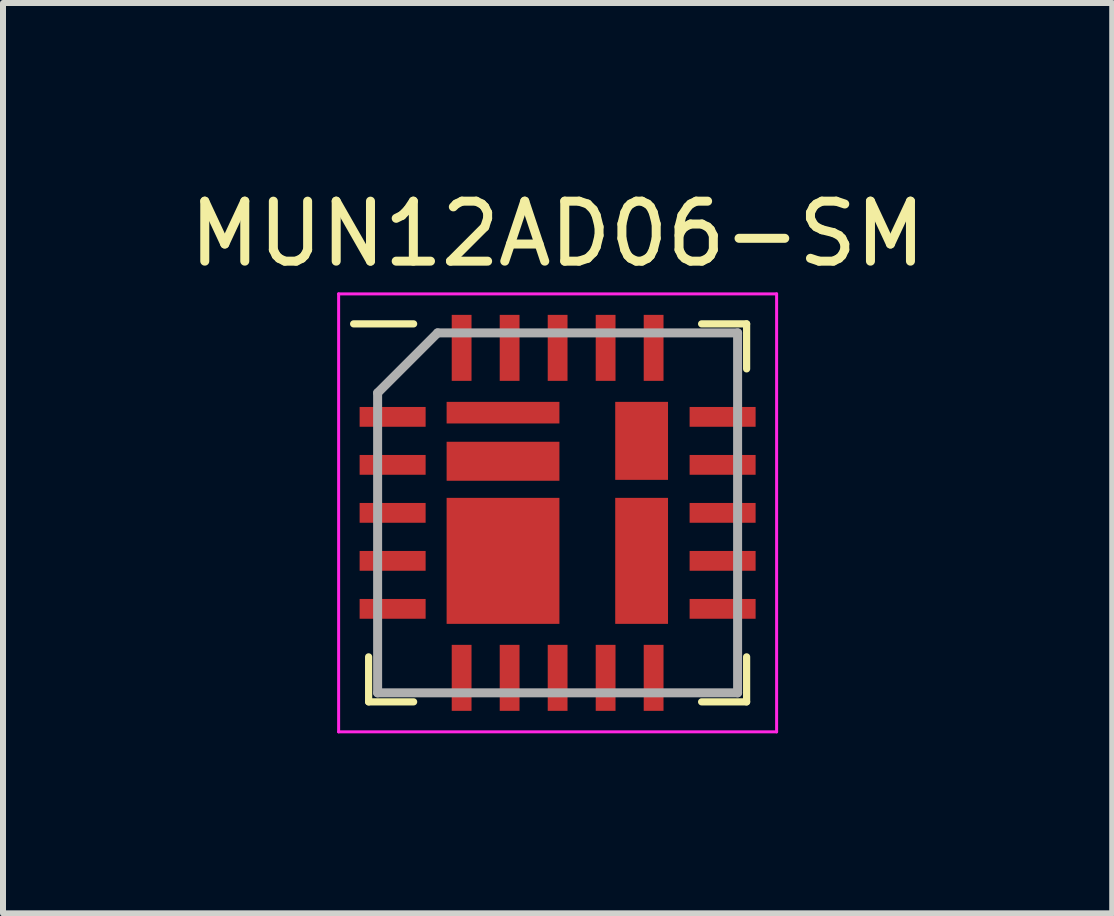
<source format=kicad_pcb>
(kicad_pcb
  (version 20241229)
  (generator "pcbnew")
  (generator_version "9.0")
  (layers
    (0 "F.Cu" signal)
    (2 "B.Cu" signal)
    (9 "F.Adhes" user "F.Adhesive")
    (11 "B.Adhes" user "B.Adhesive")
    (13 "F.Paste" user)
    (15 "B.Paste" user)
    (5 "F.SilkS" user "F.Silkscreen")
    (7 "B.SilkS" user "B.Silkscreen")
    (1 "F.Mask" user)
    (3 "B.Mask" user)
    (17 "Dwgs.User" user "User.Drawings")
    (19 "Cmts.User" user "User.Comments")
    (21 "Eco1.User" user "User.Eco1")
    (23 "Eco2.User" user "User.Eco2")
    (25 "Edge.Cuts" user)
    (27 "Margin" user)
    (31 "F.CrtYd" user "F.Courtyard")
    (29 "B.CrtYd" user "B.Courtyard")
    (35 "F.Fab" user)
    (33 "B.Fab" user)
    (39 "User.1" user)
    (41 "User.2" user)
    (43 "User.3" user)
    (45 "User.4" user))
  (footprint "MUN12AD06-SM"
    (layer "F.Cu")
    (at 6.244 5.498)
    (property "Reference" "MUN12AD06-SM" (at 0 -4.65 0) (layer "F.SilkS") (effects (font (size 1 1) (thickness 0.15))))
    (attr smd)
    (fp_line (start -3.15 3.15) (end -3.15 2.4) (stroke (width 0.12) (type solid)) (layer "F.SilkS"))
    (fp_line (start -2.4 -3.15) (end -3.4 -3.15) (stroke (width 0.12) (type solid)) (layer "F.SilkS"))
    (fp_line (start -2.4 3.15) (end -3.15 3.15) (stroke (width 0.12) (type solid)) (layer "F.SilkS"))
    (fp_line (start 2.4 -3.15) (end 3.15 -3.15) (stroke (width 0.12) (type solid)) (layer "F.SilkS"))
    (fp_line (start 2.4 3.15) (end 3.15 3.15) (stroke (width 0.12) (type solid)) (layer "F.SilkS"))
    (fp_line (start 3.15 -3.15) (end 3.15 -2.4) (stroke (width 0.12) (type solid)) (layer "F.SilkS"))
    (fp_line (start 3.15 3.15) (end 3.15 2.4) (stroke (width 0.12) (type solid)) (layer "F.SilkS"))
    (fp_line (start -3.65 -3.65) (end 3.65 -3.65) (stroke (width 0.05) (type solid)) (layer "F.CrtYd"))
    (fp_line (start -3.65 3.65) (end -3.65 -3.65) (stroke (width 0.05) (type solid)) (layer "F.CrtYd"))
    (fp_line (start 3.65 -3.65) (end 3.65 3.65) (stroke (width 0.05) (type solid)) (layer "F.CrtYd"))
    (fp_line (start 3.65 3.65) (end -3.65 3.65) (stroke (width 0.05) (type solid)) (layer "F.CrtYd"))
    (fp_line (start -3 -2) (end -3 3) (stroke (width 0.15) (type solid)) (layer "F.Fab"))
    (fp_line (start -3 3) (end 3 3) (stroke (width 0.15) (type solid)) (layer "F.Fab"))
    (fp_line (start -2 -3) (end -3 -2) (stroke (width 0.15) (type solid)) (layer "F.Fab"))
    (fp_line (start 3 -3) (end -2 -3) (stroke (width 0.15) (type solid)) (layer "F.Fab"))
    (fp_line (start 3 3) (end 3 -3) (stroke (width 0.15) (type solid)) (layer "F.Fab"))
    (pad "1" smd rect (at -2.75 -1.6 90) (size 0.33 1.1) (layers "F.Cu" "F.Mask" "F.Paste"))
    (pad "2" smd rect (at -2.75 -0.8 90) (size 0.33 1.1) (layers "F.Cu" "F.Mask" "F.Paste"))
    (pad "3" smd rect (at -2.75 0 90) (size 0.33 1.1) (layers "F.Cu" "F.Mask" "F.Paste"))
    (pad "4" smd rect (at -2.75 0.8 90) (size 0.33 1.1) (layers "F.Cu" "F.Mask" "F.Paste"))
    (pad "5" smd rect (at -2.75 1.6 90) (size 0.33 1.1) (layers "F.Cu" "F.Mask" "F.Paste"))
    (pad "6" smd rect (at -1.6 2.75) (size 0.33 1.1) (layers "F.Cu" "F.Mask" "F.Paste"))
    (pad "7" smd rect (at -0.8 2.75) (size 0.33 1.1) (layers "F.Cu" "F.Mask" "F.Paste"))
    (pad "8" smd rect (at 0 2.75) (size 0.33 1.1) (layers "F.Cu" "F.Mask" "F.Paste"))
    (pad "9" smd rect (at 0.8 2.75) (size 0.33 1.1) (layers "F.Cu" "F.Mask" "F.Paste"))
    (pad "10" smd rect (at 1.6 2.75) (size 0.33 1.1) (layers "F.Cu" "F.Mask" "F.Paste"))
    (pad "11" smd rect (at 2.75 1.6 90) (size 0.33 1.1) (layers "F.Cu" "F.Mask" "F.Paste"))
    (pad "12" smd rect (at 2.75 0.8 90) (size 0.33 1.1) (layers "F.Cu" "F.Mask" "F.Paste"))
    (pad "13" smd rect (at 2.75 0 90) (size 0.33 1.1) (layers "F.Cu" "F.Mask" "F.Paste"))
    (pad "14" smd rect (at 2.75 -0.8 90) (size 0.33 1.1) (layers "F.Cu" "F.Mask" "F.Paste"))
    (pad "15" smd rect (at 2.75 -1.6 90) (size 0.33 1.1) (layers "F.Cu" "F.Mask" "F.Paste"))
    (pad "16" smd rect (at 1.6 -2.75) (size 0.33 1.1) (layers "F.Cu" "F.Mask" "F.Paste"))
    (pad "17" smd rect (at 0.8 -2.75) (size 0.33 1.1) (layers "F.Cu" "F.Mask" "F.Paste"))
    (pad "18" smd rect (at 0 -2.75) (size 0.33 1.1) (layers "F.Cu" "F.Mask" "F.Paste"))
    (pad "19" smd rect (at -0.8 -2.75) (size 0.33 1.1) (layers "F.Cu" "F.Mask" "F.Paste"))
    (pad "20" smd rect (at -1.6 -2.75) (size 0.33 1.1) (layers "F.Cu" "F.Mask" "F.Paste"))
    (pad "21" smd rect (at -0.91 -1.67) (size 1.88 0.36) (layers "F.Cu" "F.Mask" "F.Paste"))
    (pad "22" smd rect (at -0.91 -0.86) (size 1.88 0.65) (layers "F.Cu" "F.Mask" "F.Paste"))
    (pad "23" smd rect (at -0.91 0.8) (size 1.88 2.1) (layers "F.Cu" "F.Mask" "F.Paste"))
    (pad "24" smd rect (at 1.4 0.8) (size 0.88 2.1) (layers "F.Cu" "F.Mask" "F.Paste"))
    (pad "25" smd rect (at 1.4 -1.2) (size 0.88 1.3) (layers "F.Cu" "F.Mask" "F.Paste")))
  (gr_rect
    (start -3 -3)
    (end 15.488 12.173)
    (stroke (width 0.1) (type default))
    (fill no)
    (layer "Edge.Cuts")))
</source>
